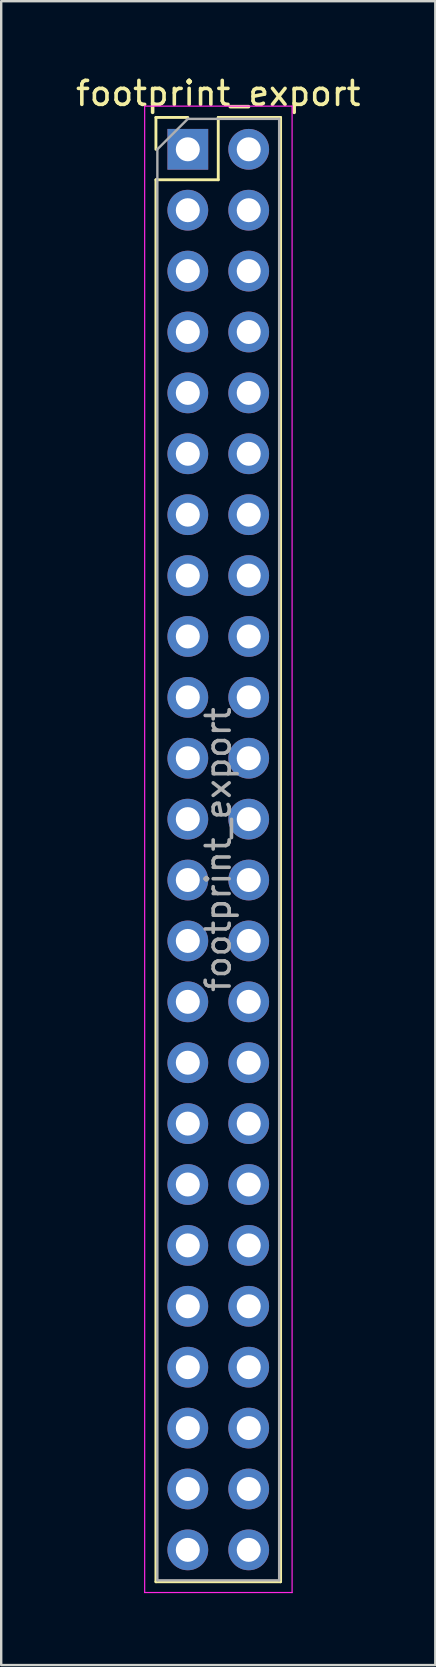
<source format=kicad_pcb>
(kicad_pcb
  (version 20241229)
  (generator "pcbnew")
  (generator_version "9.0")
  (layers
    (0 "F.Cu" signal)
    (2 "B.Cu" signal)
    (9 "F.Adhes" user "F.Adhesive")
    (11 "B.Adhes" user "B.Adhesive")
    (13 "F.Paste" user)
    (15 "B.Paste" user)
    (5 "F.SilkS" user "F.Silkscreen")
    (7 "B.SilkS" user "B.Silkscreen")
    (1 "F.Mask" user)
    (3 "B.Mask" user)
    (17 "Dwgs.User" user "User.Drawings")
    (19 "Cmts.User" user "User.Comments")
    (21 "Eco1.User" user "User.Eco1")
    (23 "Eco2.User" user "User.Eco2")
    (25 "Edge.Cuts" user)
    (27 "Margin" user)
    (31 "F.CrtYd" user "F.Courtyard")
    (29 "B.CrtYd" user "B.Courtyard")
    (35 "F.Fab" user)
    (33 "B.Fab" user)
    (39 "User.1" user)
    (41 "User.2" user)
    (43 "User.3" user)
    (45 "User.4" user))
  (footprint "footprint_export"
    (layer "F.Cu")
    (at 4.784 3.178)
    (property "Reference" "footprint_export" (at 1.27 -2.33 0) (layer "F.SilkS") (effects (font (size 1 1) (thickness 0.15))))
    (attr through_hole)
    (fp_line (start -1.33 -1.33) (end 0 -1.33) (stroke (width 0.12) (type solid)) (layer "F.SilkS"))
    (fp_line (start -1.33 0) (end -1.33 -1.33) (stroke (width 0.12) (type solid)) (layer "F.SilkS"))
    (fp_line (start -1.33 1.27) (end -1.33 59.75) (stroke (width 0.12) (type solid)) (layer "F.SilkS"))
    (fp_line (start -1.33 1.27) (end 1.27 1.27) (stroke (width 0.12) (type solid)) (layer "F.SilkS"))
    (fp_line (start -1.33 59.75) (end 3.87 59.75) (stroke (width 0.12) (type solid)) (layer "F.SilkS"))
    (fp_line (start 1.27 -1.33) (end 3.87 -1.33) (stroke (width 0.12) (type solid)) (layer "F.SilkS"))
    (fp_line (start 1.27 1.27) (end 1.27 -1.33) (stroke (width 0.12) (type solid)) (layer "F.SilkS"))
    (fp_line (start 3.87 -1.33) (end 3.87 59.75) (stroke (width 0.12) (type solid)) (layer "F.SilkS"))
    (fp_line (start -1.8 -1.8) (end -1.8 60.2) (stroke (width 0.05) (type solid)) (layer "F.CrtYd"))
    (fp_line (start -1.8 60.2) (end 4.35 60.2) (stroke (width 0.05) (type solid)) (layer "F.CrtYd"))
    (fp_line (start 4.35 -1.8) (end -1.8 -1.8) (stroke (width 0.05) (type solid)) (layer "F.CrtYd"))
    (fp_line (start 4.35 60.2) (end 4.35 -1.8) (stroke (width 0.05) (type solid)) (layer "F.CrtYd"))
    (fp_line (start -1.27 0) (end 0 -1.27) (stroke (width 0.1) (type solid)) (layer "F.Fab"))
    (fp_line (start -1.27 59.69) (end -1.27 0) (stroke (width 0.1) (type solid)) (layer "F.Fab"))
    (fp_line (start 0 -1.27) (end 3.81 -1.27) (stroke (width 0.1) (type solid)) (layer "F.Fab"))
    (fp_line (start 3.81 -1.27) (end 3.81 59.69) (stroke (width 0.1) (type solid)) (layer "F.Fab"))
    (fp_line (start 3.81 59.69) (end -1.27 59.69) (stroke (width 0.1) (type solid)) (layer "F.Fab"))
    (fp_text user "${REFERENCE}" (at 1.27 29.21 90) (layer "F.Fab") (effects (font (size 1 1) (thickness 0.15))))
    (pad "1" thru_hole rect (at 0 0) (size 1.7 1.7) (drill 1) (layers "*.Cu" "*.Mask"))
    (pad "2" thru_hole oval (at 2.54 0) (size 1.7 1.7) (drill 1) (layers "*.Cu" "*.Mask"))
    (pad "3" thru_hole oval (at 0 2.54) (size 1.7 1.7) (drill 1) (layers "*.Cu" "*.Mask"))
    (pad "4" thru_hole oval (at 2.54 2.54) (size 1.7 1.7) (drill 1) (layers "*.Cu" "*.Mask"))
    (pad "5" thru_hole oval (at 0 5.08) (size 1.7 1.7) (drill 1) (layers "*.Cu" "*.Mask"))
    (pad "6" thru_hole oval (at 2.54 5.08) (size 1.7 1.7) (drill 1) (layers "*.Cu" "*.Mask"))
    (pad "7" thru_hole oval (at 0 7.62) (size 1.7 1.7) (drill 1) (layers "*.Cu" "*.Mask"))
    (pad "8" thru_hole oval (at 2.54 7.62) (size 1.7 1.7) (drill 1) (layers "*.Cu" "*.Mask"))
    (pad "9" thru_hole oval (at 0 10.16) (size 1.7 1.7) (drill 1) (layers "*.Cu" "*.Mask"))
    (pad "10" thru_hole oval (at 2.54 10.16) (size 1.7 1.7) (drill 1) (layers "*.Cu" "*.Mask"))
    (pad "11" thru_hole oval (at 0 12.7) (size 1.7 1.7) (drill 1) (layers "*.Cu" "*.Mask"))
    (pad "12" thru_hole oval (at 2.54 12.7) (size 1.7 1.7) (drill 1) (layers "*.Cu" "*.Mask"))
    (pad "13" thru_hole oval (at 0 15.24) (size 1.7 1.7) (drill 1) (layers "*.Cu" "*.Mask"))
    (pad "14" thru_hole oval (at 2.54 15.24) (size 1.7 1.7) (drill 1) (layers "*.Cu" "*.Mask"))
    (pad "15" thru_hole oval (at 0 17.78) (size 1.7 1.7) (drill 1) (layers "*.Cu" "*.Mask"))
    (pad "16" thru_hole oval (at 2.54 17.78) (size 1.7 1.7) (drill 1) (layers "*.Cu" "*.Mask"))
    (pad "17" thru_hole oval (at 0 20.32) (size 1.7 1.7) (drill 1) (layers "*.Cu" "*.Mask"))
    (pad "18" thru_hole oval (at 2.54 20.32) (size 1.7 1.7) (drill 1) (layers "*.Cu" "*.Mask"))
    (pad "19" thru_hole oval (at 0 22.86) (size 1.7 1.7) (drill 1) (layers "*.Cu" "*.Mask"))
    (pad "20" thru_hole oval (at 2.54 22.86) (size 1.7 1.7) (drill 1) (layers "*.Cu" "*.Mask"))
    (pad "21" thru_hole oval (at 0 25.4) (size 1.7 1.7) (drill 1) (layers "*.Cu" "*.Mask"))
    (pad "22" thru_hole oval (at 2.54 25.4) (size 1.7 1.7) (drill 1) (layers "*.Cu" "*.Mask"))
    (pad "23" thru_hole oval (at 0 27.94) (size 1.7 1.7) (drill 1) (layers "*.Cu" "*.Mask"))
    (pad "24" thru_hole oval (at 2.54 27.94) (size 1.7 1.7) (drill 1) (layers "*.Cu" "*.Mask"))
    (pad "25" thru_hole oval (at 0 30.48) (size 1.7 1.7) (drill 1) (layers "*.Cu" "*.Mask"))
    (pad "26" thru_hole oval (at 2.54 30.48) (size 1.7 1.7) (drill 1) (layers "*.Cu" "*.Mask"))
    (pad "27" thru_hole oval (at 0 33.02) (size 1.7 1.7) (drill 1) (layers "*.Cu" "*.Mask"))
    (pad "28" thru_hole oval (at 2.54 33.02) (size 1.7 1.7) (drill 1) (layers "*.Cu" "*.Mask"))
    (pad "29" thru_hole oval (at 0 35.56) (size 1.7 1.7) (drill 1) (layers "*.Cu" "*.Mask"))
    (pad "30" thru_hole oval (at 2.54 35.56) (size 1.7 1.7) (drill 1) (layers "*.Cu" "*.Mask"))
    (pad "31" thru_hole oval (at 0 38.1) (size 1.7 1.7) (drill 1) (layers "*.Cu" "*.Mask"))
    (pad "32" thru_hole oval (at 2.54 38.1) (size 1.7 1.7) (drill 1) (layers "*.Cu" "*.Mask"))
    (pad "33" thru_hole oval (at 0 40.64) (size 1.7 1.7) (drill 1) (layers "*.Cu" "*.Mask"))
    (pad "34" thru_hole oval (at 2.54 40.64) (size 1.7 1.7) (drill 1) (layers "*.Cu" "*.Mask"))
    (pad "35" thru_hole oval (at 0 43.18) (size 1.7 1.7) (drill 1) (layers "*.Cu" "*.Mask"))
    (pad "36" thru_hole oval (at 2.54 43.18) (size 1.7 1.7) (drill 1) (layers "*.Cu" "*.Mask"))
    (pad "37" thru_hole oval (at 0 45.72) (size 1.7 1.7) (drill 1) (layers "*.Cu" "*.Mask"))
    (pad "38" thru_hole oval (at 2.54 45.72) (size 1.7 1.7) (drill 1) (layers "*.Cu" "*.Mask"))
    (pad "39" thru_hole oval (at 0 48.26) (size 1.7 1.7) (drill 1) (layers "*.Cu" "*.Mask"))
    (pad "40" thru_hole oval (at 2.54 48.26) (size 1.7 1.7) (drill 1) (layers "*.Cu" "*.Mask"))
    (pad "41" thru_hole oval (at 0 50.8) (size 1.7 1.7) (drill 1) (layers "*.Cu" "*.Mask"))
    (pad "42" thru_hole oval (at 2.54 50.8) (size 1.7 1.7) (drill 1) (layers "*.Cu" "*.Mask"))
    (pad "43" thru_hole oval (at 0 53.34) (size 1.7 1.7) (drill 1) (layers "*.Cu" "*.Mask"))
    (pad "44" thru_hole oval (at 2.54 53.34) (size 1.7 1.7) (drill 1) (layers "*.Cu" "*.Mask"))
    (pad "45" thru_hole oval (at 0 55.88) (size 1.7 1.7) (drill 1) (layers "*.Cu" "*.Mask"))
    (pad "46" thru_hole oval (at 2.54 55.88) (size 1.7 1.7) (drill 1) (layers "*.Cu" "*.Mask"))
    (pad "47" thru_hole oval (at 0 58.42) (size 1.7 1.7) (drill 1) (layers "*.Cu" "*.Mask"))
    (pad "48" thru_hole oval (at 2.54 58.42) (size 1.7 1.7) (drill 1) (layers "*.Cu" "*.Mask")))
  (gr_rect
    (start -3 -3)
    (end 15.107 66.403)
    (stroke (width 0.1) (type default))
    (fill no)
    (layer "Edge.Cuts")))
</source>
